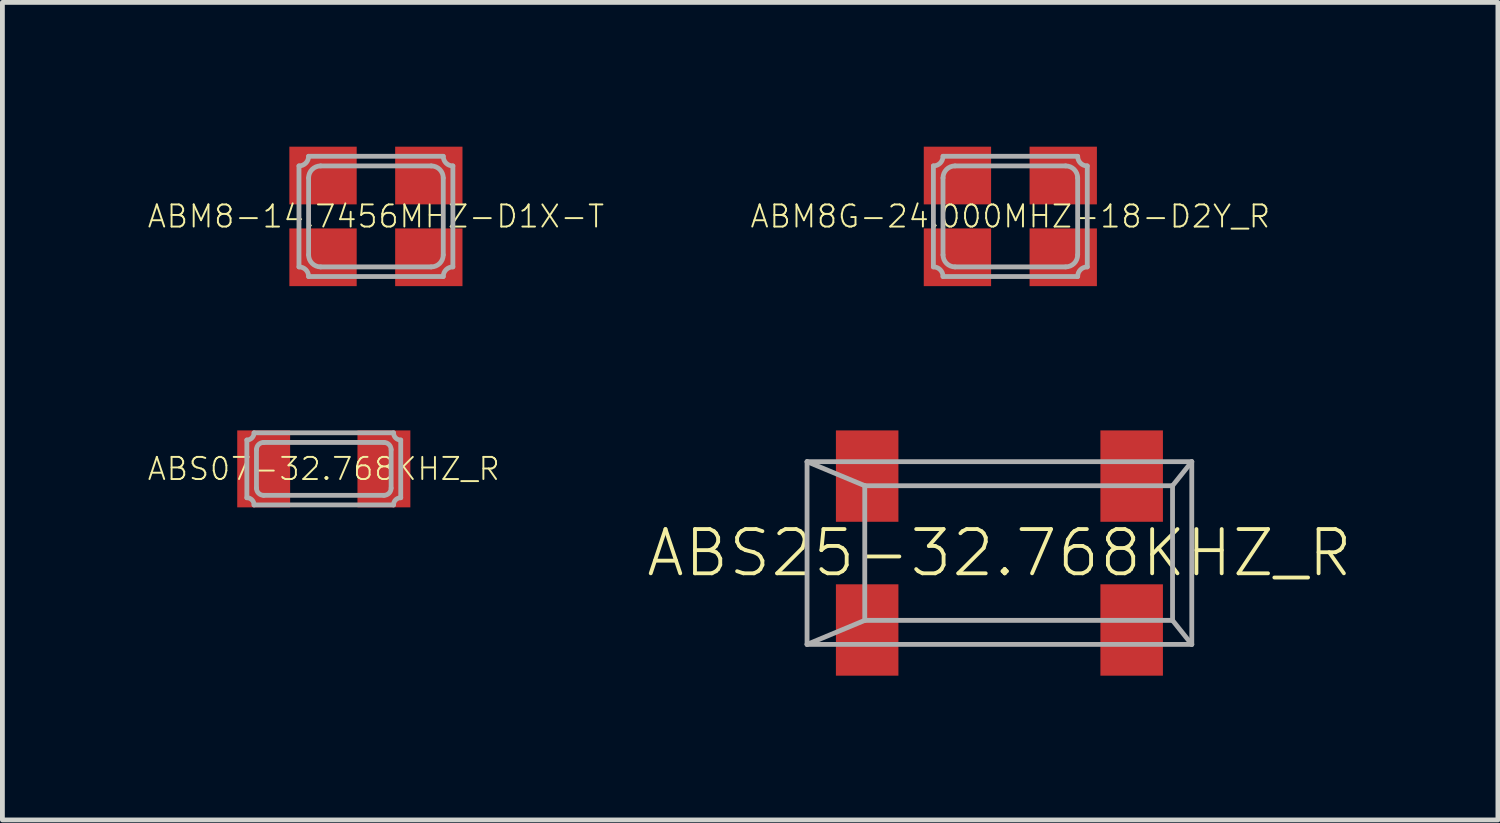
<source format=kicad_pcb>
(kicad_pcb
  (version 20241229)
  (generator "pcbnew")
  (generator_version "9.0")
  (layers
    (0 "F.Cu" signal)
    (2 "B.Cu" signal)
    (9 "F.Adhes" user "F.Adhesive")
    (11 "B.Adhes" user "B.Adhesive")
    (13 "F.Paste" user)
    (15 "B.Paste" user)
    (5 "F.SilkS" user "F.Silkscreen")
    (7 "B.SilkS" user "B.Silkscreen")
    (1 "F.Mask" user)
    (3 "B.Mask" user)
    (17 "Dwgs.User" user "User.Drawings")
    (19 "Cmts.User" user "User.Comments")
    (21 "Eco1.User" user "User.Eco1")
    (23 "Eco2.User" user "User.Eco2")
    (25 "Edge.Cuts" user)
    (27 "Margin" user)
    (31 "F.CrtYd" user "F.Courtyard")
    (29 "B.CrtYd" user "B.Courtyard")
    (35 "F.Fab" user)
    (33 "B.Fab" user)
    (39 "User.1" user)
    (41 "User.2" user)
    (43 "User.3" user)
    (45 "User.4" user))
  (footprint "ABM8-14.7456MHZ-D1X-T"
    (layer "F.Cu")
    (at 4.767 1.45)
    (property "Reference" "ABM8-14.7456MHZ-D1X-T" (at 0 0 0) (unlocked yes) (layer "F.SilkS") (effects (font (size 0.46 0.46) (thickness 0.04))))
    (fp_poly (pts (xy -0.4 -0.25) (xy -1.8 -0.25) (xy -1.8 -1.45) (xy -0.4 -1.45)) (stroke (width 0) (type default)) (fill yes) (layer "F.Paste"))
    (fp_poly (pts (xy -0.4 1.45) (xy -1.8 1.45) (xy -1.8 0.25) (xy -0.4 0.25)) (stroke (width 0) (type default)) (fill yes) (layer "F.Paste"))
    (fp_poly (pts (xy 1.8 -0.25) (xy 0.4 -0.25) (xy 0.4 -1.45) (xy 1.8 -1.45)) (stroke (width 0) (type default)) (fill yes) (layer "F.Paste"))
    (fp_poly (pts (xy 1.8 1.45) (xy 0.4 1.45) (xy 0.4 0.25) (xy 1.8 0.25)) (stroke (width 0) (type default)) (fill yes) (layer "F.Paste"))
    (fp_line (start -1.6 -1.05) (end -1.6 1.05) (stroke (width 0.1) (type solid)) (layer "F.Fab"))
    (fp_line (start -1.4 -1.25) (end 1.4 -1.25) (stroke (width 0.1) (type solid)) (layer "F.Fab"))
    (fp_line (start -1.4 -0.8) (end -1.4 0.8) (stroke (width 0.1) (type solid)) (layer "F.Fab"))
    (fp_line (start -1.15 1.05) (end 1.15 1.05) (stroke (width 0.1) (type solid)) (layer "F.Fab"))
    (fp_line (start 1.15 -1.05) (end -1.15 -1.05) (stroke (width 0.1) (type solid)) (layer "F.Fab"))
    (fp_line (start 1.4 0.8) (end 1.4 -0.8) (stroke (width 0.1) (type solid)) (layer "F.Fab"))
    (fp_line (start 1.4 1.25) (end -1.4 1.25) (stroke (width 0.1) (type solid)) (layer "F.Fab"))
    (fp_line (start 1.6 1.05) (end 1.6 -1.05) (stroke (width 0.1) (type solid)) (layer "F.Fab"))
    (fp_arc (start -1.6 1.05) (mid -1.458579 1.108579) (end -1.4 1.25) (stroke (width 0.1) (type solid)) (layer "F.Fab"))
    (fp_arc (start -1.4 -1.25) (mid -1.458579 -1.108579) (end -1.6 -1.05) (stroke (width 0.1) (type solid)) (layer "F.Fab"))
    (fp_arc (start -1.4 -0.8) (mid -1.326777 -0.976777) (end -1.15 -1.05) (stroke (width 0.1) (type solid)) (layer "F.Fab"))
    (fp_arc (start -1.15 1.05) (mid -1.326777 0.976777) (end -1.4 0.8) (stroke (width 0.1) (type solid)) (layer "F.Fab"))
    (fp_arc (start 1.15 -1.05) (mid 1.326777 -0.976777) (end 1.4 -0.8) (stroke (width 0.1) (type solid)) (layer "F.Fab"))
    (fp_arc (start 1.4 0.8) (mid 1.326777 0.976777) (end 1.15 1.05) (stroke (width 0.1) (type solid)) (layer "F.Fab"))
    (fp_arc (start 1.4 1.25) (mid 1.458579 1.108579) (end 1.6 1.05) (stroke (width 0.1) (type solid)) (layer "F.Fab"))
    (fp_arc (start 1.6 -1.05) (mid 1.458579 -1.108579) (end 1.4 -1.25) (stroke (width 0.1) (type solid)) (layer "F.Fab"))
    (pad "1" smd rect (at -1.1 0.85 90) (size 1.2 1.4) (layers "F.Cu" "F.Mask"))
    (pad "2" smd rect (at 1.1 0.85 90) (size 1.2 1.4) (layers "F.Cu" "F.Mask"))
    (pad "3" smd rect (at 1.1 -0.85 90) (size 1.2 1.4) (layers "F.Cu" "F.Mask"))
    (pad "4" smd rect (at -1.1 -0.85 90) (size 1.2 1.4) (layers "F.Cu" "F.Mask")))
  (footprint "ABS07-32.768KHZ_R"
    (layer "F.Cu")
    (at 3.683 6.7)
    (property "Reference" "ABS07-32.768KHZ_R" (at 0 0 0) (unlocked yes) (layer "F.SilkS") (effects (font (size 0.46 0.46) (thickness 0.04))))
    (fp_poly (pts (xy -0.8 0.7) (xy -1.7 0.7) (xy -1.7 -0.7) (xy -0.8 -0.7)) (stroke (width 0) (type default)) (fill yes) (layer "F.Paste"))
    (fp_poly (pts (xy 1.7 0.7) (xy 0.8 0.7) (xy 0.8 -0.7) (xy 1.7 -0.7)) (stroke (width 0) (type default)) (fill yes) (layer "F.Paste"))
    (fp_line (start -1.6 0.6) (end -1.6 -0.6) (stroke (width 0.1) (type solid)) (layer "F.Fab"))
    (fp_line (start -1.45 -0.75) (end 1.45 -0.75) (stroke (width 0.1) (type solid)) (layer "F.Fab"))
    (fp_line (start -1.4 0.4) (end -1.4 -0.4) (stroke (width 0.1) (type solid)) (layer "F.Fab"))
    (fp_line (start -1.25 -0.55) (end 1.25 -0.55) (stroke (width 0.1) (type solid)) (layer "F.Fab"))
    (fp_line (start 1.25 0.55) (end -1.25 0.55) (stroke (width 0.1) (type solid)) (layer "F.Fab"))
    (fp_line (start 1.4 -0.4) (end 1.4 0.4) (stroke (width 0.1) (type solid)) (layer "F.Fab"))
    (fp_line (start 1.45 0.75) (end -1.45 0.75) (stroke (width 0.1) (type solid)) (layer "F.Fab"))
    (fp_line (start 1.6 -0.6) (end 1.6 0.6) (stroke (width 0.1) (type solid)) (layer "F.Fab"))
    (fp_arc (start -1.6 0.6) (mid -1.493934 0.643934) (end -1.45 0.75) (stroke (width 0.1) (type solid)) (layer "F.Fab"))
    (fp_arc (start -1.45 -0.75) (mid -1.493934 -0.643934) (end -1.6 -0.6) (stroke (width 0.1) (type solid)) (layer "F.Fab"))
    (fp_arc (start -1.4 -0.4) (mid -1.356066 -0.506066) (end -1.25 -0.55) (stroke (width 0.1) (type solid)) (layer "F.Fab"))
    (fp_arc (start -1.25 0.55) (mid -1.356066 0.506066) (end -1.4 0.4) (stroke (width 0.1) (type solid)) (layer "F.Fab"))
    (fp_arc (start 1.25 -0.55) (mid 1.356066 -0.506066) (end 1.4 -0.4) (stroke (width 0.1) (type solid)) (layer "F.Fab"))
    (fp_arc (start 1.4 0.4) (mid 1.356066 0.506066) (end 1.25 0.55) (stroke (width 0.1) (type solid)) (layer "F.Fab"))
    (fp_arc (start 1.45 0.75) (mid 1.493934 0.643934) (end 1.6 0.6) (stroke (width 0.1) (type solid)) (layer "F.Fab"))
    (fp_arc (start 1.6 -0.6) (mid 1.493934 -0.643934) (end 1.45 -0.75) (stroke (width 0.1) (type solid)) (layer "F.Fab"))
    (pad "1" smd rect (at -1.25 0) (size 1.1 1.6) (layers "F.Cu" "F.Mask"))
    (pad "2" smd rect (at 1.25 0) (size 1.1 1.6) (layers "F.Cu" "F.Mask")))
  (footprint "ABS25-32.768KHZ_R"
    (layer "F.Cu")
    (at 17.732 8.45)
    (property "Reference" "ABS25-32.768KHZ_R" (at 0 0 0) (unlocked yes) (layer "F.SilkS") (effects (font (size 0.92 0.92) (thickness 0.08))))
    (fp_line (start -4 -1.9) (end 4 -1.9) (stroke (width 0.1) (type solid)) (layer "F.Fab"))
    (fp_line (start -4 1.9) (end -4 -1.9) (stroke (width 0.1) (type solid)) (layer "F.Fab"))
    (fp_line (start -4 1.9) (end -2.8 1.4) (stroke (width 0.1) (type solid)) (layer "F.Fab"))
    (fp_line (start -2.8 -1.4) (end -4 -1.9) (stroke (width 0.1) (type solid)) (layer "F.Fab"))
    (fp_line (start -2.8 -1.4) (end 3.6 -1.4) (stroke (width 0.1) (type solid)) (layer "F.Fab"))
    (fp_line (start -2.8 1.4) (end -2.8 -1.4) (stroke (width 0.1) (type solid)) (layer "F.Fab"))
    (fp_line (start 3.6 -1.4) (end 3.6 1.4) (stroke (width 0.1) (type solid)) (layer "F.Fab"))
    (fp_line (start 3.6 -1.4) (end 4 -1.9) (stroke (width 0.1) (type solid)) (layer "F.Fab"))
    (fp_line (start 3.6 1.4) (end -2.8 1.4) (stroke (width 0.1) (type solid)) (layer "F.Fab"))
    (fp_line (start 3.6 1.4) (end 4 1.9) (stroke (width 0.1) (type solid)) (layer "F.Fab"))
    (fp_line (start 4 -1.9) (end 4 1.9) (stroke (width 0.1) (type solid)) (layer "F.Fab"))
    (fp_line (start 4 1.9) (end -4 1.9) (stroke (width 0.1) (type solid)) (layer "F.Fab"))
    (pad "1" smd rect (at -2.75 1.6) (size 1.3 1.9) (layers "F.Cu" "F.Mask" "F.Paste"))
    (pad "2" smd rect (at 2.75 1.6) (size 1.3 1.9) (layers "F.Cu" "F.Mask" "F.Paste"))
    (pad "3" smd rect (at 2.75 -1.6) (size 1.3 1.9) (layers "F.Cu" "F.Mask" "F.Paste"))
    (pad "4" smd rect (at -2.75 -1.6) (size 1.3 1.9) (layers "F.Cu" "F.Mask" "F.Paste")))
  (footprint "ABM8G-24.000MHZ-18-D2Y_R"
    (layer "F.Cu")
    (at 17.959 1.45)
    (property "Reference" "ABM8G-24.000MHZ-18-D2Y_R" (at 0 0 0) (unlocked yes) (layer "F.SilkS") (effects (font (size 0.46 0.46) (thickness 0.04))))
    (fp_poly (pts (xy -0.4 -0.25) (xy -1.8 -0.25) (xy -1.8 -1.45) (xy -0.4 -1.45)) (stroke (width 0) (type default)) (fill yes) (layer "F.Paste"))
    (fp_poly (pts (xy -0.4 1.45) (xy -1.8 1.45) (xy -1.8 0.25) (xy -0.4 0.25)) (stroke (width 0) (type default)) (fill yes) (layer "F.Paste"))
    (fp_poly (pts (xy 1.8 -0.25) (xy 0.4 -0.25) (xy 0.4 -1.45) (xy 1.8 -1.45)) (stroke (width 0) (type default)) (fill yes) (layer "F.Paste"))
    (fp_poly (pts (xy 1.8 1.45) (xy 0.4 1.45) (xy 0.4 0.25) (xy 1.8 0.25)) (stroke (width 0) (type default)) (fill yes) (layer "F.Paste"))
    (fp_line (start -1.6 -1.05) (end -1.6 1.05) (stroke (width 0.1) (type solid)) (layer "F.Fab"))
    (fp_line (start -1.4 -1.25) (end 1.4 -1.25) (stroke (width 0.1) (type solid)) (layer "F.Fab"))
    (fp_line (start -1.4 -0.8) (end -1.4 0.8) (stroke (width 0.1) (type solid)) (layer "F.Fab"))
    (fp_line (start -1.15 1.05) (end 1.15 1.05) (stroke (width 0.1) (type solid)) (layer "F.Fab"))
    (fp_line (start 1.15 -1.05) (end -1.15 -1.05) (stroke (width 0.1) (type solid)) (layer "F.Fab"))
    (fp_line (start 1.4 0.8) (end 1.4 -0.8) (stroke (width 0.1) (type solid)) (layer "F.Fab"))
    (fp_line (start 1.4 1.25) (end -1.4 1.25) (stroke (width 0.1) (type solid)) (layer "F.Fab"))
    (fp_line (start 1.6 1.05) (end 1.6 -1.05) (stroke (width 0.1) (type solid)) (layer "F.Fab"))
    (fp_arc (start -1.6 1.05) (mid -1.458579 1.108579) (end -1.4 1.25) (stroke (width 0.1) (type solid)) (layer "F.Fab"))
    (fp_arc (start -1.4 -1.25) (mid -1.458579 -1.108579) (end -1.6 -1.05) (stroke (width 0.1) (type solid)) (layer "F.Fab"))
    (fp_arc (start -1.4 -0.8) (mid -1.326777 -0.976777) (end -1.15 -1.05) (stroke (width 0.1) (type solid)) (layer "F.Fab"))
    (fp_arc (start -1.15 1.05) (mid -1.326777 0.976777) (end -1.4 0.8) (stroke (width 0.1) (type solid)) (layer "F.Fab"))
    (fp_arc (start 1.15 -1.05) (mid 1.326777 -0.976777) (end 1.4 -0.8) (stroke (width 0.1) (type solid)) (layer "F.Fab"))
    (fp_arc (start 1.4 0.8) (mid 1.326777 0.976777) (end 1.15 1.05) (stroke (width 0.1) (type solid)) (layer "F.Fab"))
    (fp_arc (start 1.4 1.25) (mid 1.458579 1.108579) (end 1.6 1.05) (stroke (width 0.1) (type solid)) (layer "F.Fab"))
    (fp_arc (start 1.6 -1.05) (mid 1.458579 -1.108579) (end 1.4 -1.25) (stroke (width 0.1) (type solid)) (layer "F.Fab"))
    (pad "1" smd rect (at -1.1 0.85 90) (size 1.2 1.4) (layers "F.Cu" "F.Mask"))
    (pad "2" smd rect (at 1.1 0.85 90) (size 1.2 1.4) (layers "F.Cu" "F.Mask"))
    (pad "3" smd rect (at 1.1 -0.85 90) (size 1.2 1.4) (layers "F.Cu" "F.Mask"))
    (pad "4" smd rect (at -1.1 -0.85 90) (size 1.2 1.4) (layers "F.Cu" "F.Mask")))
  (gr_rect
    (start -3 -3)
    (end 28.098 14)
    (stroke (width 0.1) (type default))
    (fill no)
    (layer "Edge.Cuts")))
</source>
